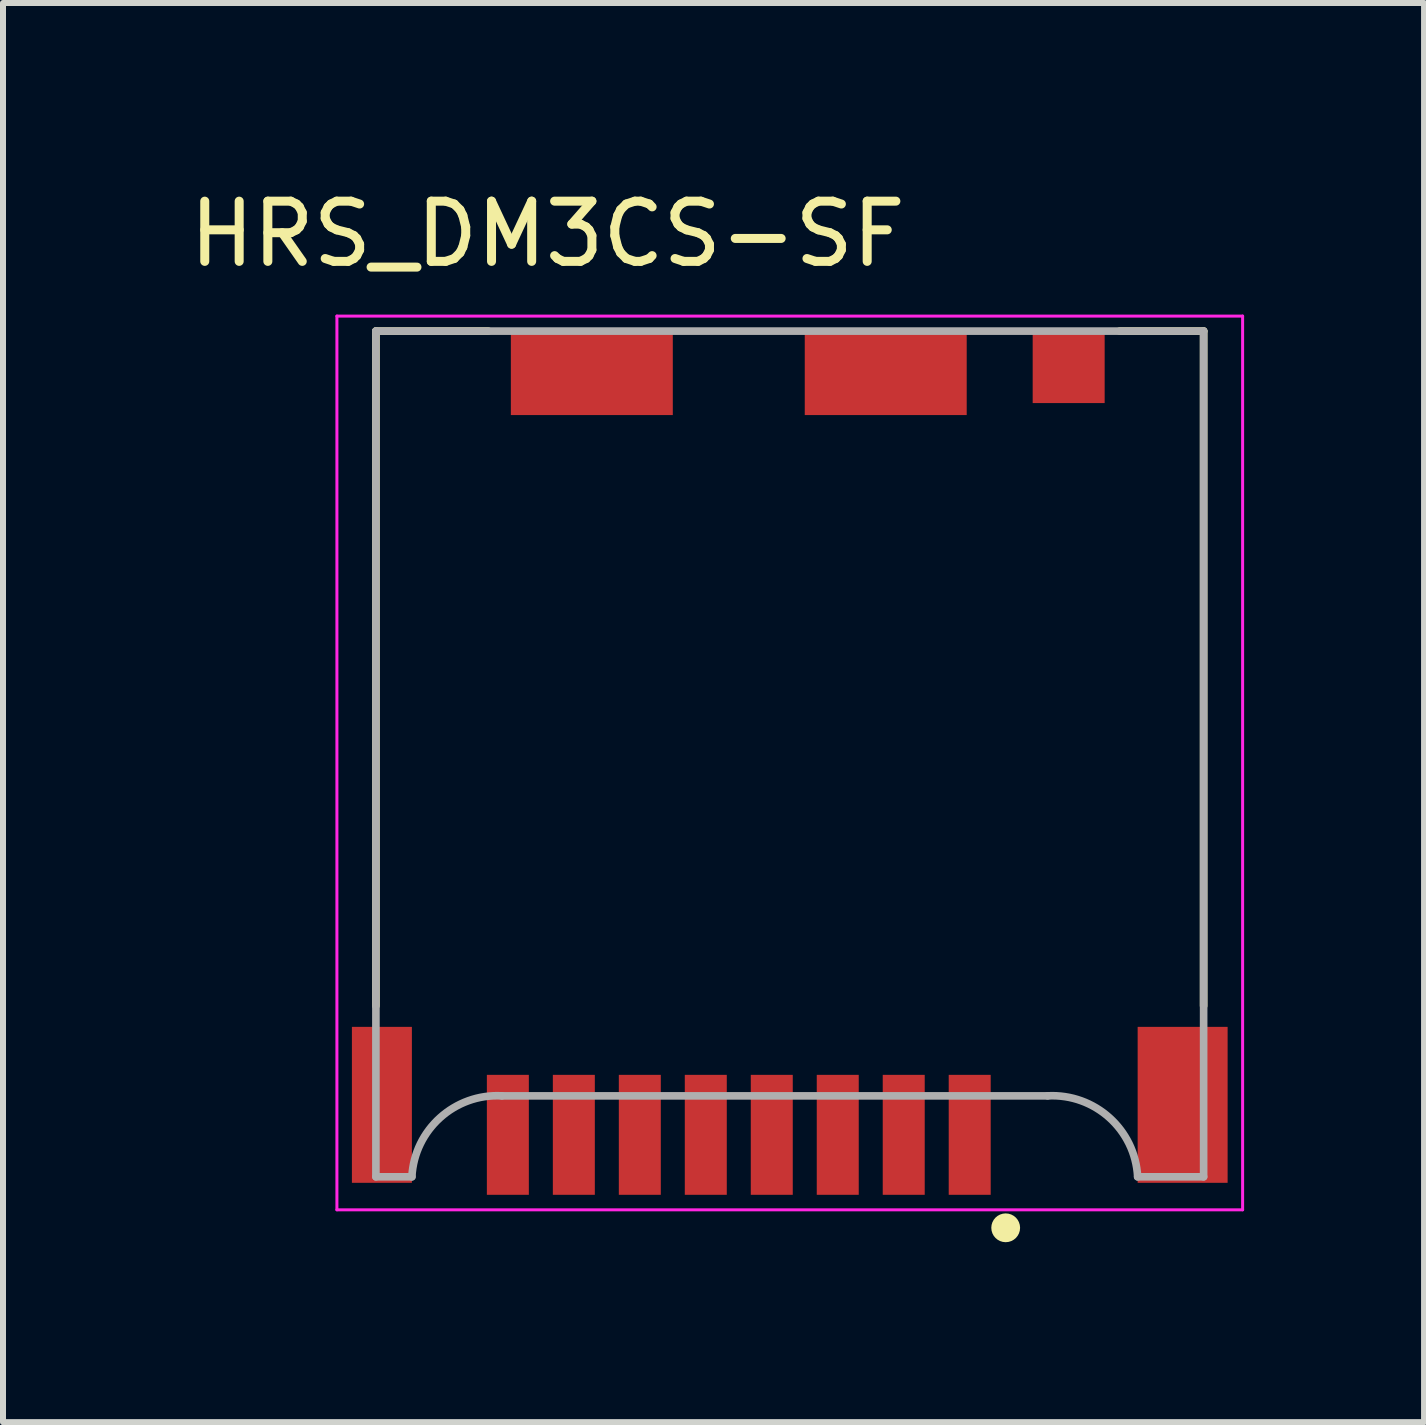
<source format=kicad_pcb>
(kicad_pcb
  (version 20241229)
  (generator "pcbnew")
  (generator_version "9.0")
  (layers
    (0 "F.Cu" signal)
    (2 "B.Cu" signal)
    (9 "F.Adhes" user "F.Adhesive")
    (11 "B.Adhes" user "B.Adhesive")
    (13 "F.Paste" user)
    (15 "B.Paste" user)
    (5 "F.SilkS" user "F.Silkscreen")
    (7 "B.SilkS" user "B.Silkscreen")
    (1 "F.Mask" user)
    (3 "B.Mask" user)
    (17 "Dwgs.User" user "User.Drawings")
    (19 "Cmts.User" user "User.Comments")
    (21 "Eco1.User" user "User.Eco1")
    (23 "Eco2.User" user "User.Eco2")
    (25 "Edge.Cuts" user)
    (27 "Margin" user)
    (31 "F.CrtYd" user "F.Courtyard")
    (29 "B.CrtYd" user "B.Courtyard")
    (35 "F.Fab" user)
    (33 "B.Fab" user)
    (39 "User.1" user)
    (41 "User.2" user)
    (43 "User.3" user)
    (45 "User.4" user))
  (footprint "HRS_DM3CS-SF"
    (layer "F.Cu")
    (at 9.917 9.52)
    (property "Reference" "HRS_DM3CS-SF" (at -3.84 -8.669 0) (layer "F.SilkS") (effects (font (size 1.004 1.004) (thickness 0.15))))
    (attr smd)
    (fp_line (start -6.7 -7.05) (end -4.826 -7.05) (stroke (width 0.127) (type solid)) (layer "F.SilkS"))
    (fp_line (start -6.7 4.2) (end -6.7 -7.05) (stroke (width 0.127) (type solid)) (layer "F.SilkS"))
    (fp_line (start 7.1 -7.05) (end 5.7 -7.05) (stroke (width 0.127) (type solid)) (layer "F.SilkS"))
    (fp_line (start 7.1 -7.05) (end 7.1 4.2) (stroke (width 0.127) (type solid)) (layer "F.SilkS"))
    (fp_circle (center 3.8 7.9) (end 3.92 7.9) (stroke (width 0.24) (type solid)) (fill no) (layer "F.SilkS"))
    (fp_line (start -7.35 -7.3) (end -7.35 7.6) (stroke (width 0.05) (type solid)) (layer "F.CrtYd"))
    (fp_line (start -7.35 7.6) (end 7.75 7.6) (stroke (width 0.05) (type solid)) (layer "F.CrtYd"))
    (fp_line (start 7.75 -7.3) (end -7.35 -7.3) (stroke (width 0.05) (type solid)) (layer "F.CrtYd"))
    (fp_line (start 7.75 7.6) (end 7.75 -7.3) (stroke (width 0.05) (type solid)) (layer "F.CrtYd"))
    (fp_line (start -6.7 -7.05) (end 7.1 -7.05) (stroke (width 0.127) (type solid)) (layer "F.Fab"))
    (fp_line (start -6.7 7.05) (end -6.7 -7.05) (stroke (width 0.127) (type solid)) (layer "F.Fab"))
    (fp_line (start -6.1 7.05) (end -6.7 7.05) (stroke (width 0.127) (type solid)) (layer "F.Fab"))
    (fp_line (start 4.5 5.7) (end -4.6 5.7) (stroke (width 0.127) (type solid)) (layer "F.Fab"))
    (fp_line (start 7.1 -7.05) (end 7.1 7.05) (stroke (width 0.127) (type solid)) (layer "F.Fab"))
    (fp_line (start 7.1 7.05) (end 6 7.05) (stroke (width 0.127) (type solid)) (layer "F.Fab"))
    (fp_arc (start -6.1 7.05) (mid -5.629594 6.06434) (end -4.6 5.7) (stroke (width 0.127) (type solid)) (layer "F.Fab"))
    (fp_arc (start 4.5 5.7) (mid 5.529594 6.06434) (end 6 7.05) (stroke (width 0.127) (type solid)) (layer "F.Fab"))
    (pad "1" smd rect (at 3.2 6.35) (size 0.7 2) (layers "F.Cu" "F.Mask" "F.Paste"))
    (pad "2" smd rect (at 2.1 6.35) (size 0.7 2) (layers "F.Cu" "F.Mask" "F.Paste"))
    (pad "3" smd rect (at 1 6.35) (size 0.7 2) (layers "F.Cu" "F.Mask" "F.Paste"))
    (pad "4" smd rect (at -0.1 6.35) (size 0.7 2) (layers "F.Cu" "F.Mask" "F.Paste"))
    (pad "5" smd rect (at -1.2 6.35) (size 0.7 2) (layers "F.Cu" "F.Mask" "F.Paste"))
    (pad "6" smd rect (at -2.3 6.35) (size 0.7 2) (layers "F.Cu" "F.Mask" "F.Paste"))
    (pad "7" smd rect (at -3.4 6.35) (size 0.7 2) (layers "F.Cu" "F.Mask" "F.Paste"))
    (pad "8" smd rect (at -4.5 6.35) (size 0.7 2) (layers "F.Cu" "F.Mask" "F.Paste"))
    (pad "9" smd rect (at 1.8 -6.35) (size 2.7 1.4) (layers "F.Cu" "F.Mask" "F.Paste"))
    (pad "S1" smd rect (at -6.6 5.85) (size 1 2.6) (layers "F.Cu" "F.Mask" "F.Paste"))
    (pad "S2" smd rect (at 6.75 5.85) (size 1.5 2.6) (layers "F.Cu" "F.Mask" "F.Paste"))
    (pad "S3" smd rect (at -3.1 -6.35) (size 2.7 1.4) (layers "F.Cu" "F.Mask" "F.Paste"))
    (pad "S5" smd rect (at 4.85 -6.45) (size 1.2 1.2) (layers "F.Cu" "F.Mask" "F.Paste"))
    (zone (net_name "") (layer "F.Cu") (hatch full 0.508) (connect_pads) (min_thickness 0.01) (filled_areas_thickness no) (keepout (tracks not_allowed) (vias not_allowed) (pads not_allowed) (copperpour not_allowed) (footprints allowed)) (placement (enabled no)) (fill) (polygon (pts (xy 3.005 10.27) (xy 3.617 10.27) (xy 3.617 14.078) (xy 3.005 14.078))))
    (zone (net_name "") (layer "F.Cu") (hatch full 0.508) (connect_pads) (min_thickness 0.01) (filled_areas_thickness no) (keepout (tracks not_allowed) (vias not_allowed) (pads not_allowed) (copperpour not_allowed) (footprints allowed)) (placement (enabled no)) (fill) (polygon (pts (xy 4.864 5.37) (xy 13.667 5.37) (xy 13.667 7.869) (xy 4.864 7.869))))
    (zone (net_name "") (layer "F.Cu") (hatch full 0.508) (connect_pads) (min_thickness 0.01) (filled_areas_thickness no) (keepout (tracks not_allowed) (vias not_allowed) (pads not_allowed) (copperpour not_allowed) (footprints allowed)) (placement (enabled no)) (fill) (polygon (pts (xy 16.627 10.27) (xy 17.217 10.27) (xy 17.217 14.077) (xy 16.627 14.077))))
    (zone (net_name "") (layers "F.Cu" "B.Cu") (hatch full 0.508) (connect_pads) (min_thickness 0.01) (filled_areas_thickness no) (keepout (tracks allowed) (vias not_allowed) (pads allowed) (copperpour allowed) (footprints allowed)) (placement (enabled no)) (fill) (polygon (pts (xy 3.005 10.27) (xy 3.617 10.27) (xy 3.617 14.078) (xy 3.005 14.078))))
    (zone (net_name "") (layers "F.Cu" "B.Cu") (hatch full 0.508) (connect_pads) (min_thickness 0.01) (filled_areas_thickness no) (keepout (tracks allowed) (vias not_allowed) (pads allowed) (copperpour allowed) (footprints allowed)) (placement (enabled no)) (fill) (polygon (pts (xy 4.866 5.37) (xy 13.667 5.37) (xy 13.667 7.87) (xy 4.866 7.87))))
    (zone (net_name "") (layers "F.Cu" "B.Cu") (hatch full 0.508) (connect_pads) (min_thickness 0.01) (filled_areas_thickness no) (keepout (tracks allowed) (vias not_allowed) (pads allowed) (copperpour allowed) (footprints allowed)) (placement (enabled no)) (fill) (polygon (pts (xy 16.629 10.27) (xy 17.217 10.27) (xy 17.217 14.078) (xy 16.629 14.078)))))
  (gr_rect
    (start -3 -3)
    (end 20.692 20.66)
    (stroke (width 0.1) (type default))
    (fill no)
    (layer "Edge.Cuts")))
</source>
